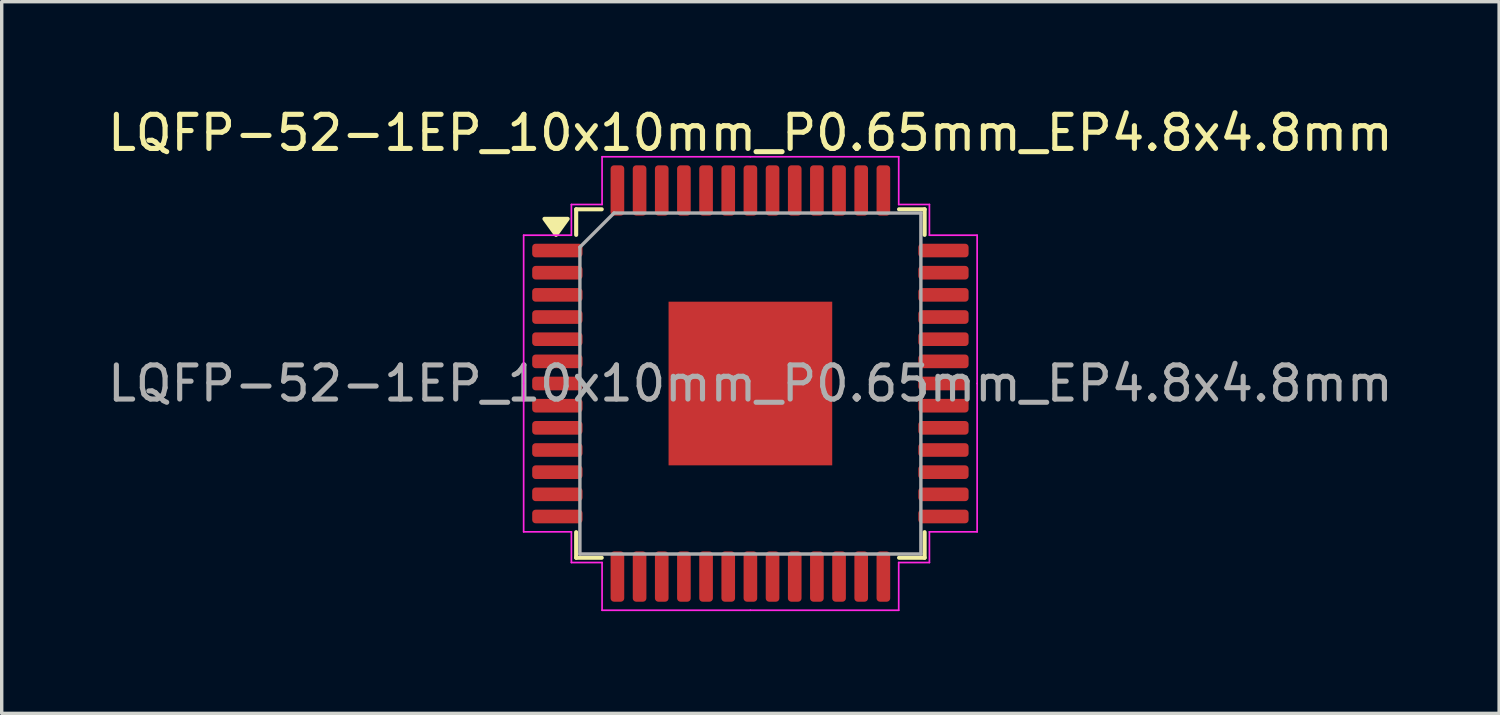
<source format=kicad_pcb>
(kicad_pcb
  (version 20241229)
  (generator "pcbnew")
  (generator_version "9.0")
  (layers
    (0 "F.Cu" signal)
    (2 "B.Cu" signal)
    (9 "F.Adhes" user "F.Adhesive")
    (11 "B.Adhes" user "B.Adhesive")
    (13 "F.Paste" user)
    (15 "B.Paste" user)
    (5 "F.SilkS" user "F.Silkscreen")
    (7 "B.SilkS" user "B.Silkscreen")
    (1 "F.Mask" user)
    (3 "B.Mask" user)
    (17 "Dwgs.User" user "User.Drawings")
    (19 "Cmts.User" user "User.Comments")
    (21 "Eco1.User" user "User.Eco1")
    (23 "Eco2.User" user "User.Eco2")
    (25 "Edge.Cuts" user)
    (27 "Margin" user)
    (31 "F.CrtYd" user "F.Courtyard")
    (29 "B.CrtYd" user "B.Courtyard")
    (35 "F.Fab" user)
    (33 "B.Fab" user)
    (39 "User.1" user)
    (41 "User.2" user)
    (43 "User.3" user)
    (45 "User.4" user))
  (footprint "LQFP-52-1EP_10x10mm_P0.65mm_EP4.8x4.8mm"
    (layer "F.Cu")
    (at 18.958 8.198)
    (property "Reference" "LQFP-52-1EP_10x10mm_P0.65mm_EP4.8x4.8mm" (at 0 -7.35 0) (layer "F.SilkS") (effects (font (size 1 1) (thickness 0.15))))
    (attr smd)
    (fp_line (start -5.11 -5.11) (end -5.11 -4.36) (stroke (width 0.12) (type solid)) (layer "F.SilkS"))
    (fp_line (start -5.11 5.11) (end -5.11 4.36) (stroke (width 0.12) (type solid)) (layer "F.SilkS"))
    (fp_line (start -4.36 -5.11) (end -5.11 -5.11) (stroke (width 0.12) (type solid)) (layer "F.SilkS"))
    (fp_line (start -4.36 5.11) (end -5.11 5.11) (stroke (width 0.12) (type solid)) (layer "F.SilkS"))
    (fp_line (start 4.36 -5.11) (end 5.11 -5.11) (stroke (width 0.12) (type solid)) (layer "F.SilkS"))
    (fp_line (start 4.36 5.11) (end 5.11 5.11) (stroke (width 0.12) (type solid)) (layer "F.SilkS"))
    (fp_line (start 5.11 -5.11) (end 5.11 -4.36) (stroke (width 0.12) (type solid)) (layer "F.SilkS"))
    (fp_line (start 5.11 5.11) (end 5.11 4.36) (stroke (width 0.12) (type solid)) (layer "F.SilkS"))
    (fp_poly (pts (xy -5.7 -4.36) (xy -6.04 -4.83) (xy -5.36 -4.83) (xy -5.7 -4.36)) (stroke (width 0.12) (type solid)) (fill yes) (layer "F.SilkS"))
    (fp_line (start -6.65 -4.35) (end -6.65 0) (stroke (width 0.05) (type solid)) (layer "F.CrtYd"))
    (fp_line (start -6.65 4.35) (end -6.65 0) (stroke (width 0.05) (type solid)) (layer "F.CrtYd"))
    (fp_line (start -5.25 -5.25) (end -5.25 -4.35) (stroke (width 0.05) (type solid)) (layer "F.CrtYd"))
    (fp_line (start -5.25 -4.35) (end -6.65 -4.35) (stroke (width 0.05) (type solid)) (layer "F.CrtYd"))
    (fp_line (start -5.25 4.35) (end -6.65 4.35) (stroke (width 0.05) (type solid)) (layer "F.CrtYd"))
    (fp_line (start -5.25 5.25) (end -5.25 4.35) (stroke (width 0.05) (type solid)) (layer "F.CrtYd"))
    (fp_line (start -4.35 -6.65) (end -4.35 -5.25) (stroke (width 0.05) (type solid)) (layer "F.CrtYd"))
    (fp_line (start -4.35 -5.25) (end -5.25 -5.25) (stroke (width 0.05) (type solid)) (layer "F.CrtYd"))
    (fp_line (start -4.35 5.25) (end -5.25 5.25) (stroke (width 0.05) (type solid)) (layer "F.CrtYd"))
    (fp_line (start -4.35 6.65) (end -4.35 5.25) (stroke (width 0.05) (type solid)) (layer "F.CrtYd"))
    (fp_line (start 0 -6.65) (end -4.35 -6.65) (stroke (width 0.05) (type solid)) (layer "F.CrtYd"))
    (fp_line (start 0 -6.65) (end 4.35 -6.65) (stroke (width 0.05) (type solid)) (layer "F.CrtYd"))
    (fp_line (start 0 6.65) (end -4.35 6.65) (stroke (width 0.05) (type solid)) (layer "F.CrtYd"))
    (fp_line (start 0 6.65) (end 4.35 6.65) (stroke (width 0.05) (type solid)) (layer "F.CrtYd"))
    (fp_line (start 4.35 -6.65) (end 4.35 -5.25) (stroke (width 0.05) (type solid)) (layer "F.CrtYd"))
    (fp_line (start 4.35 -5.25) (end 5.25 -5.25) (stroke (width 0.05) (type solid)) (layer "F.CrtYd"))
    (fp_line (start 4.35 5.25) (end 5.25 5.25) (stroke (width 0.05) (type solid)) (layer "F.CrtYd"))
    (fp_line (start 4.35 6.65) (end 4.35 5.25) (stroke (width 0.05) (type solid)) (layer "F.CrtYd"))
    (fp_line (start 5.25 -5.25) (end 5.25 -4.35) (stroke (width 0.05) (type solid)) (layer "F.CrtYd"))
    (fp_line (start 5.25 -4.35) (end 6.65 -4.35) (stroke (width 0.05) (type solid)) (layer "F.CrtYd"))
    (fp_line (start 5.25 4.35) (end 6.65 4.35) (stroke (width 0.05) (type solid)) (layer "F.CrtYd"))
    (fp_line (start 5.25 5.25) (end 5.25 4.35) (stroke (width 0.05) (type solid)) (layer "F.CrtYd"))
    (fp_line (start 6.65 -4.35) (end 6.65 0) (stroke (width 0.05) (type solid)) (layer "F.CrtYd"))
    (fp_line (start 6.65 4.35) (end 6.65 0) (stroke (width 0.05) (type solid)) (layer "F.CrtYd"))
    (fp_line (start -5 -4) (end -4 -5) (stroke (width 0.1) (type solid)) (layer "F.Fab"))
    (fp_line (start -5 5) (end -5 -4) (stroke (width 0.1) (type solid)) (layer "F.Fab"))
    (fp_line (start -4 -5) (end 5 -5) (stroke (width 0.1) (type solid)) (layer "F.Fab"))
    (fp_line (start 5 -5) (end 5 5) (stroke (width 0.1) (type solid)) (layer "F.Fab"))
    (fp_line (start 5 5) (end -5 5) (stroke (width 0.1) (type solid)) (layer "F.Fab"))
    (fp_text user "${REFERENCE}" (at 0 0 0) (layer "F.Fab") (effects (font (size 1 1) (thickness 0.15))))
    (pad "" smd roundrect (at -1.6 -1.6) (size 1.29 1.29) (layers "F.Paste") (roundrect_rratio 0.194))
    (pad "" smd roundrect (at -1.6 0) (size 1.29 1.29) (layers "F.Paste") (roundrect_rratio 0.194))
    (pad "" smd roundrect (at -1.6 1.6) (size 1.29 1.29) (layers "F.Paste") (roundrect_rratio 0.194))
    (pad "" smd roundrect (at 0 -1.6) (size 1.29 1.29) (layers "F.Paste") (roundrect_rratio 0.194))
    (pad "" smd roundrect (at 0 0) (size 1.29 1.29) (layers "F.Paste") (roundrect_rratio 0.194))
    (pad "" smd roundrect (at 0 1.6) (size 1.29 1.29) (layers "F.Paste") (roundrect_rratio 0.194))
    (pad "" smd roundrect (at 1.6 -1.6) (size 1.29 1.29) (layers "F.Paste") (roundrect_rratio 0.194))
    (pad "" smd roundrect (at 1.6 0) (size 1.29 1.29) (layers "F.Paste") (roundrect_rratio 0.194))
    (pad "" smd roundrect (at 1.6 1.6) (size 1.29 1.29) (layers "F.Paste") (roundrect_rratio 0.194))
    (pad "1" smd roundrect (at -5.662 -3.9) (size 1.475 0.4) (layers "F.Cu" "F.Mask" "F.Paste") (roundrect_rratio 0.25))
    (pad "2" smd roundrect (at -5.662 -3.25) (size 1.475 0.4) (layers "F.Cu" "F.Mask" "F.Paste") (roundrect_rratio 0.25))
    (pad "3" smd roundrect (at -5.662 -2.6) (size 1.475 0.4) (layers "F.Cu" "F.Mask" "F.Paste") (roundrect_rratio 0.25))
    (pad "4" smd roundrect (at -5.662 -1.95) (size 1.475 0.4) (layers "F.Cu" "F.Mask" "F.Paste") (roundrect_rratio 0.25))
    (pad "5" smd roundrect (at -5.662 -1.3) (size 1.475 0.4) (layers "F.Cu" "F.Mask" "F.Paste") (roundrect_rratio 0.25))
    (pad "6" smd roundrect (at -5.662 -0.65) (size 1.475 0.4) (layers "F.Cu" "F.Mask" "F.Paste") (roundrect_rratio 0.25))
    (pad "7" smd roundrect (at -5.662 0) (size 1.475 0.4) (layers "F.Cu" "F.Mask" "F.Paste") (roundrect_rratio 0.25))
    (pad "8" smd roundrect (at -5.662 0.65) (size 1.475 0.4) (layers "F.Cu" "F.Mask" "F.Paste") (roundrect_rratio 0.25))
    (pad "9" smd roundrect (at -5.662 1.3) (size 1.475 0.4) (layers "F.Cu" "F.Mask" "F.Paste") (roundrect_rratio 0.25))
    (pad "10" smd roundrect (at -5.662 1.95) (size 1.475 0.4) (layers "F.Cu" "F.Mask" "F.Paste") (roundrect_rratio 0.25))
    (pad "11" smd roundrect (at -5.662 2.6) (size 1.475 0.4) (layers "F.Cu" "F.Mask" "F.Paste") (roundrect_rratio 0.25))
    (pad "12" smd roundrect (at -5.662 3.25) (size 1.475 0.4) (layers "F.Cu" "F.Mask" "F.Paste") (roundrect_rratio 0.25))
    (pad "13" smd roundrect (at -5.662 3.9) (size 1.475 0.4) (layers "F.Cu" "F.Mask" "F.Paste") (roundrect_rratio 0.25))
    (pad "14" smd roundrect (at -3.9 5.662) (size 0.4 1.475) (layers "F.Cu" "F.Mask" "F.Paste") (roundrect_rratio 0.25))
    (pad "15" smd roundrect (at -3.25 5.662) (size 0.4 1.475) (layers "F.Cu" "F.Mask" "F.Paste") (roundrect_rratio 0.25))
    (pad "16" smd roundrect (at -2.6 5.662) (size 0.4 1.475) (layers "F.Cu" "F.Mask" "F.Paste") (roundrect_rratio 0.25))
    (pad "17" smd roundrect (at -1.95 5.662) (size 0.4 1.475) (layers "F.Cu" "F.Mask" "F.Paste") (roundrect_rratio 0.25))
    (pad "18" smd roundrect (at -1.3 5.662) (size 0.4 1.475) (layers "F.Cu" "F.Mask" "F.Paste") (roundrect_rratio 0.25))
    (pad "19" smd roundrect (at -0.65 5.662) (size 0.4 1.475) (layers "F.Cu" "F.Mask" "F.Paste") (roundrect_rratio 0.25))
    (pad "20" smd roundrect (at 0 5.662) (size 0.4 1.475) (layers "F.Cu" "F.Mask" "F.Paste") (roundrect_rratio 0.25))
    (pad "21" smd roundrect (at 0.65 5.662) (size 0.4 1.475) (layers "F.Cu" "F.Mask" "F.Paste") (roundrect_rratio 0.25))
    (pad "22" smd roundrect (at 1.3 5.662) (size 0.4 1.475) (layers "F.Cu" "F.Mask" "F.Paste") (roundrect_rratio 0.25))
    (pad "23" smd roundrect (at 1.95 5.662) (size 0.4 1.475) (layers "F.Cu" "F.Mask" "F.Paste") (roundrect_rratio 0.25))
    (pad "24" smd roundrect (at 2.6 5.662) (size 0.4 1.475) (layers "F.Cu" "F.Mask" "F.Paste") (roundrect_rratio 0.25))
    (pad "25" smd roundrect (at 3.25 5.662) (size 0.4 1.475) (layers "F.Cu" "F.Mask" "F.Paste") (roundrect_rratio 0.25))
    (pad "26" smd roundrect (at 3.9 5.662) (size 0.4 1.475) (layers "F.Cu" "F.Mask" "F.Paste") (roundrect_rratio 0.25))
    (pad "27" smd roundrect (at 5.662 3.9) (size 1.475 0.4) (layers "F.Cu" "F.Mask" "F.Paste") (roundrect_rratio 0.25))
    (pad "28" smd roundrect (at 5.662 3.25) (size 1.475 0.4) (layers "F.Cu" "F.Mask" "F.Paste") (roundrect_rratio 0.25))
    (pad "29" smd roundrect (at 5.662 2.6) (size 1.475 0.4) (layers "F.Cu" "F.Mask" "F.Paste") (roundrect_rratio 0.25))
    (pad "30" smd roundrect (at 5.662 1.95) (size 1.475 0.4) (layers "F.Cu" "F.Mask" "F.Paste") (roundrect_rratio 0.25))
    (pad "31" smd roundrect (at 5.662 1.3) (size 1.475 0.4) (layers "F.Cu" "F.Mask" "F.Paste") (roundrect_rratio 0.25))
    (pad "32" smd roundrect (at 5.662 0.65) (size 1.475 0.4) (layers "F.Cu" "F.Mask" "F.Paste") (roundrect_rratio 0.25))
    (pad "33" smd roundrect (at 5.662 0) (size 1.475 0.4) (layers "F.Cu" "F.Mask" "F.Paste") (roundrect_rratio 0.25))
    (pad "34" smd roundrect (at 5.662 -0.65) (size 1.475 0.4) (layers "F.Cu" "F.Mask" "F.Paste") (roundrect_rratio 0.25))
    (pad "35" smd roundrect (at 5.662 -1.3) (size 1.475 0.4) (layers "F.Cu" "F.Mask" "F.Paste") (roundrect_rratio 0.25))
    (pad "36" smd roundrect (at 5.662 -1.95) (size 1.475 0.4) (layers "F.Cu" "F.Mask" "F.Paste") (roundrect_rratio 0.25))
    (pad "37" smd roundrect (at 5.662 -2.6) (size 1.475 0.4) (layers "F.Cu" "F.Mask" "F.Paste") (roundrect_rratio 0.25))
    (pad "38" smd roundrect (at 5.662 -3.25) (size 1.475 0.4) (layers "F.Cu" "F.Mask" "F.Paste") (roundrect_rratio 0.25))
    (pad "39" smd roundrect (at 5.662 -3.9) (size 1.475 0.4) (layers "F.Cu" "F.Mask" "F.Paste") (roundrect_rratio 0.25))
    (pad "40" smd roundrect (at 3.9 -5.662) (size 0.4 1.475) (layers "F.Cu" "F.Mask" "F.Paste") (roundrect_rratio 0.25))
    (pad "41" smd roundrect (at 3.25 -5.662) (size 0.4 1.475) (layers "F.Cu" "F.Mask" "F.Paste") (roundrect_rratio 0.25))
    (pad "42" smd roundrect (at 2.6 -5.662) (size 0.4 1.475) (layers "F.Cu" "F.Mask" "F.Paste") (roundrect_rratio 0.25))
    (pad "43" smd roundrect (at 1.95 -5.662) (size 0.4 1.475) (layers "F.Cu" "F.Mask" "F.Paste") (roundrect_rratio 0.25))
    (pad "44" smd roundrect (at 1.3 -5.662) (size 0.4 1.475) (layers "F.Cu" "F.Mask" "F.Paste") (roundrect_rratio 0.25))
    (pad "45" smd roundrect (at 0.65 -5.662) (size 0.4 1.475) (layers "F.Cu" "F.Mask" "F.Paste") (roundrect_rratio 0.25))
    (pad "46" smd roundrect (at 0 -5.662) (size 0.4 1.475) (layers "F.Cu" "F.Mask" "F.Paste") (roundrect_rratio 0.25))
    (pad "47" smd roundrect (at -0.65 -5.662) (size 0.4 1.475) (layers "F.Cu" "F.Mask" "F.Paste") (roundrect_rratio 0.25))
    (pad "48" smd roundrect (at -1.3 -5.662) (size 0.4 1.475) (layers "F.Cu" "F.Mask" "F.Paste") (roundrect_rratio 0.25))
    (pad "49" smd roundrect (at -1.95 -5.662) (size 0.4 1.475) (layers "F.Cu" "F.Mask" "F.Paste") (roundrect_rratio 0.25))
    (pad "50" smd roundrect (at -2.6 -5.662) (size 0.4 1.475) (layers "F.Cu" "F.Mask" "F.Paste") (roundrect_rratio 0.25))
    (pad "51" smd roundrect (at -3.25 -5.662) (size 0.4 1.475) (layers "F.Cu" "F.Mask" "F.Paste") (roundrect_rratio 0.25))
    (pad "52" smd roundrect (at -3.9 -5.662) (size 0.4 1.475) (layers "F.Cu" "F.Mask" "F.Paste") (roundrect_rratio 0.25))
    (pad "53" smd rect (at 0 0) (size 4.8 4.8) (property pad_prop_heatsink) (layers "F.Cu" "F.Mask")))
  (gr_rect
    (start -3 -3)
    (end 40.917 17.873)
    (stroke (width 0.1) (type default))
    (fill no)
    (layer "Edge.Cuts")))
</source>
